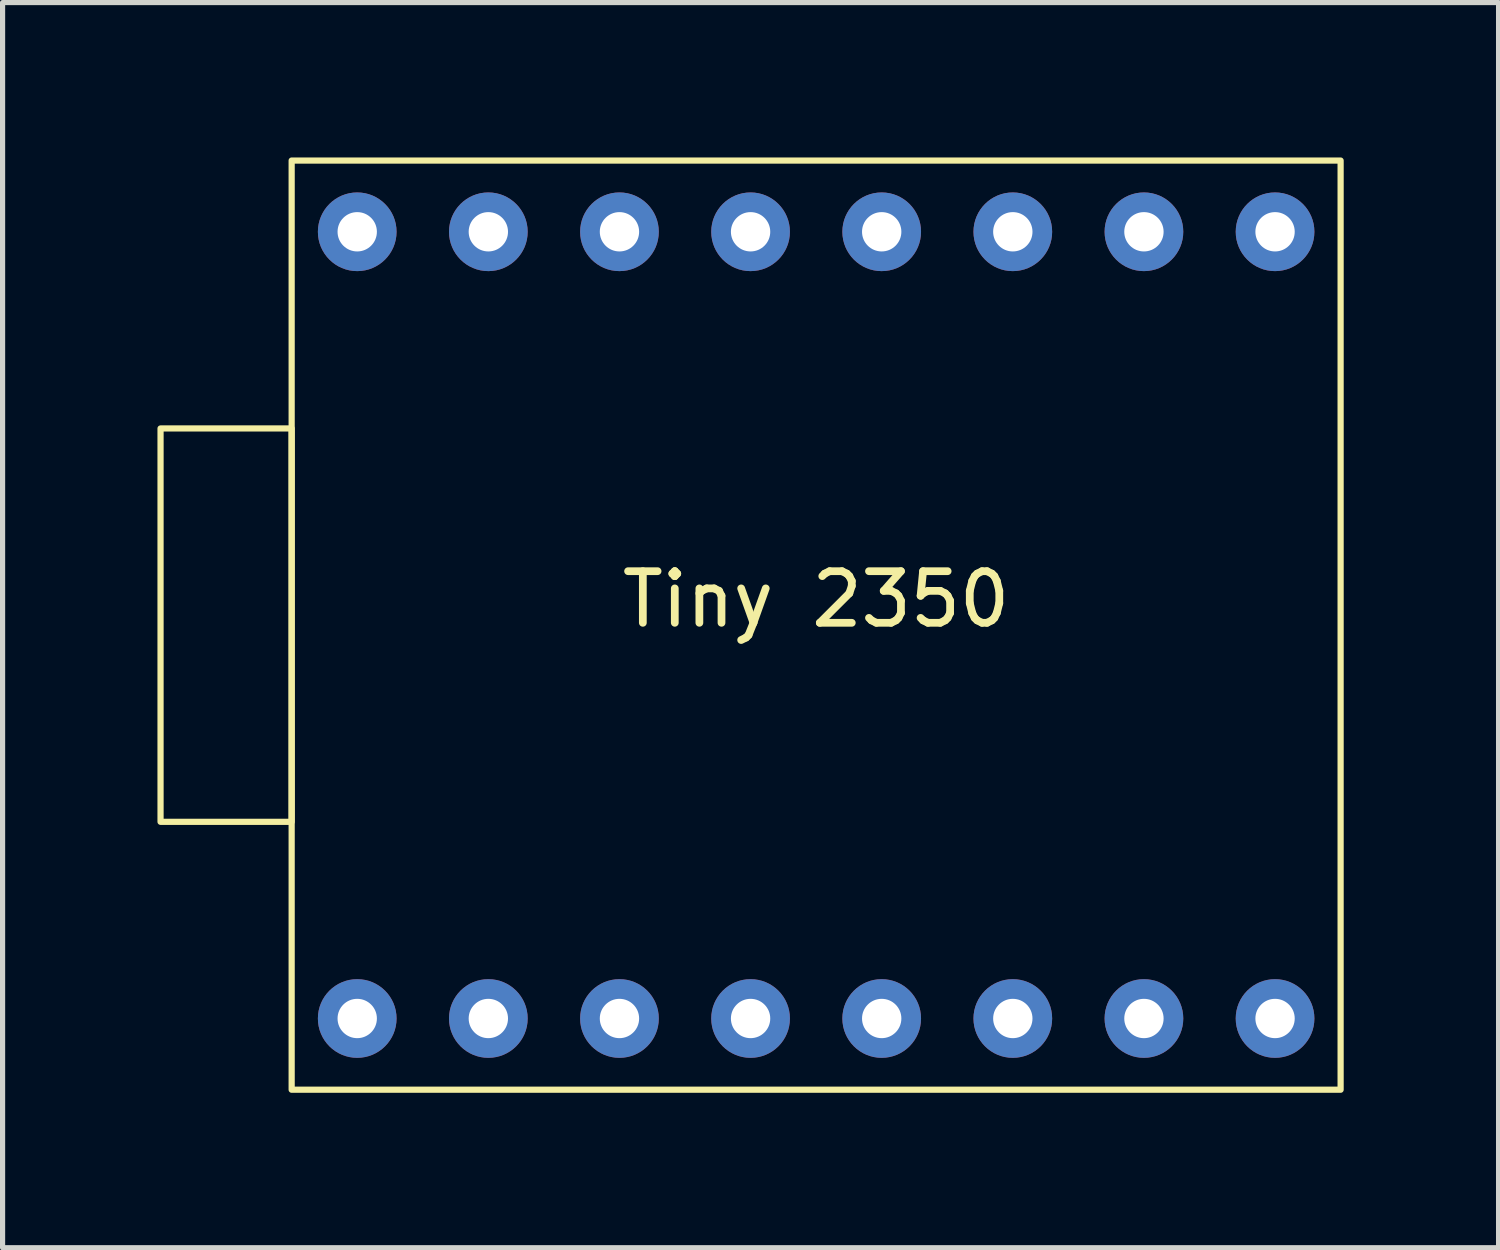
<source format=kicad_pcb>
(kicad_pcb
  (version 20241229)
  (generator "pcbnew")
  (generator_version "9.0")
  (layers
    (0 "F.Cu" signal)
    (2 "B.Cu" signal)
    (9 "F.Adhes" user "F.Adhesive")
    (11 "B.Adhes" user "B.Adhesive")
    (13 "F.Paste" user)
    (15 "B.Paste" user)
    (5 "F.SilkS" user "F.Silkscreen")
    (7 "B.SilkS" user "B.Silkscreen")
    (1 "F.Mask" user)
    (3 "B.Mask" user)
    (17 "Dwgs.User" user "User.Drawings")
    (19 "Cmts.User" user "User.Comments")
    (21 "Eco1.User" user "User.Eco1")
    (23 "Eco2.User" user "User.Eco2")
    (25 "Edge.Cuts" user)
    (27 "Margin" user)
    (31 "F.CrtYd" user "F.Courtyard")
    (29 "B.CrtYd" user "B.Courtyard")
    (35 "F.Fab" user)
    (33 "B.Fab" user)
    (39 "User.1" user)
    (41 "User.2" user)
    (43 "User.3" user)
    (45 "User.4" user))
  (footprint "Tiny 2350"
    (layer "F.Cu")
    (at 12.76 9.06)
    (property "Reference" "Tiny 2350" (at 0 -0.5 0) (unlocked yes) (layer "F.SilkS") (effects (font (size 1 1) (thickness 0.15))))
    (attr through_hole)
    (fp_rect (start -12.7 -3.81) (end -10.16 3.81) (stroke (width 0.12) (type default)) (fill no) (layer "F.SilkS"))
    (fp_rect (start -10.16 -9) (end 10.16 9) (stroke (width 0.12) (type default)) (fill no) (layer "F.SilkS"))
    (pad "1" thru_hole circle (at -8.89 -7.62) (size 1.524 1.524) (drill 0.762) (layers "*.Cu" "*.Mask"))
    (pad "2" thru_hole circle (at -6.35 -7.62) (size 1.524 1.524) (drill 0.762) (layers "*.Cu" "*.Mask"))
    (pad "3" thru_hole circle (at -3.81 -7.62) (size 1.524 1.524) (drill 0.762) (layers "*.Cu" "*.Mask"))
    (pad "4" thru_hole circle (at -1.27 -7.62) (size 1.524 1.524) (drill 0.762) (layers "*.Cu" "*.Mask"))
    (pad "5" thru_hole circle (at 1.27 -7.62) (size 1.524 1.524) (drill 0.762) (layers "*.Cu" "*.Mask"))
    (pad "6" thru_hole circle (at 3.81 -7.62) (size 1.524 1.524) (drill 0.762) (layers "*.Cu" "*.Mask"))
    (pad "7" thru_hole circle (at 6.35 -7.62) (size 1.524 1.524) (drill 0.762) (layers "*.Cu" "*.Mask"))
    (pad "8" thru_hole circle (at 8.89 -7.62) (size 1.524 1.524) (drill 0.762) (layers "*.Cu" "*.Mask"))
    (pad "9" thru_hole circle (at 8.89 7.62) (size 1.524 1.524) (drill 0.762) (layers "*.Cu" "*.Mask"))
    (pad "10" thru_hole circle (at 6.35 7.62) (size 1.524 1.524) (drill 0.762) (layers "*.Cu" "*.Mask"))
    (pad "11" thru_hole circle (at 3.81 7.62) (size 1.524 1.524) (drill 0.762) (layers "*.Cu" "*.Mask"))
    (pad "12" thru_hole circle (at 1.27 7.62) (size 1.524 1.524) (drill 0.762) (layers "*.Cu" "*.Mask"))
    (pad "13" thru_hole circle (at -1.27 7.62) (size 1.524 1.524) (drill 0.762) (layers "*.Cu" "*.Mask"))
    (pad "14" thru_hole circle (at -3.81 7.62) (size 1.524 1.524) (drill 0.762) (layers "*.Cu" "*.Mask"))
    (pad "15" thru_hole circle (at -6.35 7.62) (size 1.524 1.524) (drill 0.762) (layers "*.Cu" "*.Mask"))
    (pad "16" thru_hole circle (at -8.89 7.62) (size 1.524 1.524) (drill 0.762) (layers "*.Cu" "*.Mask")))
  (gr_rect
    (start -3 -3)
    (end 25.98 21.12)
    (stroke (width 0.1) (type default))
    (fill no)
    (layer "Edge.Cuts")))
</source>
